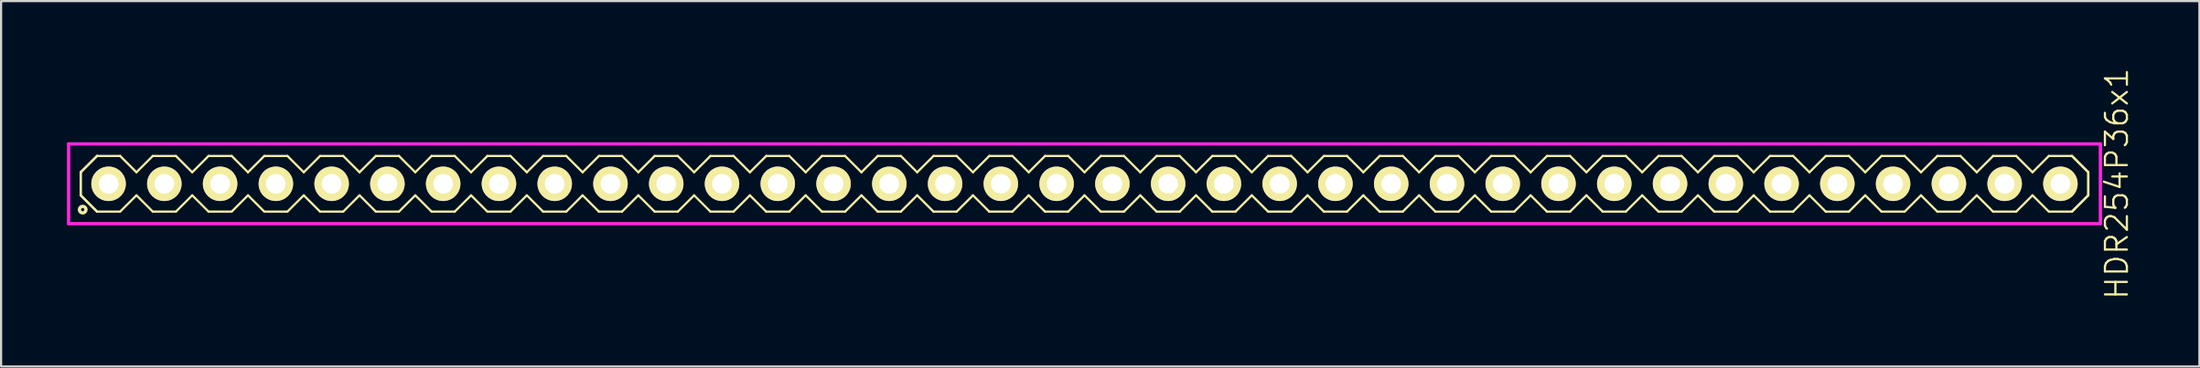
<source format=kicad_pcb>
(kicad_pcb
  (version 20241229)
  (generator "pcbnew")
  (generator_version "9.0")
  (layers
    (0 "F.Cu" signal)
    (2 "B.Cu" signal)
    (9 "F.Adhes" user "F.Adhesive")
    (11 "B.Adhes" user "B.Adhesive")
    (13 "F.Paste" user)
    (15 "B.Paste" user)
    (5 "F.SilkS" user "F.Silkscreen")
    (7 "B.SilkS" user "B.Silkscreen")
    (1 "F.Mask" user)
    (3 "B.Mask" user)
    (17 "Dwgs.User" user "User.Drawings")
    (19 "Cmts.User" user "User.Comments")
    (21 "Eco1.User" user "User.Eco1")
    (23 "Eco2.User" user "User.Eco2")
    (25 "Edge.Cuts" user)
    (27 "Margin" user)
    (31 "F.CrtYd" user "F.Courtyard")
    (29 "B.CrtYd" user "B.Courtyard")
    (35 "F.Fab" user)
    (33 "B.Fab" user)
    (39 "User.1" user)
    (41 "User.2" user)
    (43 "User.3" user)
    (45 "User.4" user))
  (footprint "HDR254P36x1"
    (layer "F.Cu")
    (at 46.345 5.336)
    (property "Reference" "HDR254P36x1" (at 47.02 0 90) (layer "F.SilkS") (effects (font (size 1 1) (thickness 0.1))))
    (attr through_hole)
    (fp_line (start -45.72 -0.526) (end -44.976 -1.27) (stroke (width 0.1) (type solid)) (layer "F.SilkS"))
    (fp_line (start -45.72 -0.526) (end -44.976 -1.27) (stroke (width 0.1) (type solid)) (layer "F.SilkS"))
    (fp_line (start -45.72 0.526) (end -45.72 -0.526) (stroke (width 0.1) (type solid)) (layer "F.SilkS"))
    (fp_line (start -45.72 0.526) (end -45.72 -0.526) (stroke (width 0.1) (type solid)) (layer "F.SilkS"))
    (fp_line (start -44.976 -1.27) (end -43.924 -1.27) (stroke (width 0.1) (type solid)) (layer "F.SilkS"))
    (fp_line (start -44.976 1.27) (end -45.72 0.526) (stroke (width 0.1) (type solid)) (layer "F.SilkS"))
    (fp_line (start -44.976 1.27) (end -45.72 0.526) (stroke (width 0.1) (type solid)) (layer "F.SilkS"))
    (fp_line (start -43.924 -1.27) (end -43.18 -0.526) (stroke (width 0.1) (type solid)) (layer "F.SilkS"))
    (fp_line (start -43.924 1.27) (end -44.976 1.27) (stroke (width 0.1) (type solid)) (layer "F.SilkS"))
    (fp_line (start -43.18 -0.526) (end -42.436 -1.27) (stroke (width 0.1) (type solid)) (layer "F.SilkS"))
    (fp_line (start -43.18 0.526) (end -43.924 1.27) (stroke (width 0.1) (type solid)) (layer "F.SilkS"))
    (fp_line (start -42.436 -1.27) (end -41.384 -1.27) (stroke (width 0.1) (type solid)) (layer "F.SilkS"))
    (fp_line (start -42.436 1.27) (end -43.18 0.526) (stroke (width 0.1) (type solid)) (layer "F.SilkS"))
    (fp_line (start -41.384 -1.27) (end -40.64 -0.526) (stroke (width 0.1) (type solid)) (layer "F.SilkS"))
    (fp_line (start -41.384 1.27) (end -42.436 1.27) (stroke (width 0.1) (type solid)) (layer "F.SilkS"))
    (fp_line (start -40.64 -0.526) (end -39.896 -1.27) (stroke (width 0.1) (type solid)) (layer "F.SilkS"))
    (fp_line (start -40.64 0.526) (end -41.384 1.27) (stroke (width 0.1) (type solid)) (layer "F.SilkS"))
    (fp_line (start -39.896 -1.27) (end -38.844 -1.27) (stroke (width 0.1) (type solid)) (layer "F.SilkS"))
    (fp_line (start -39.896 1.27) (end -40.64 0.526) (stroke (width 0.1) (type solid)) (layer "F.SilkS"))
    (fp_line (start -38.844 -1.27) (end -38.1 -0.526) (stroke (width 0.1) (type solid)) (layer "F.SilkS"))
    (fp_line (start -38.844 1.27) (end -39.896 1.27) (stroke (width 0.1) (type solid)) (layer "F.SilkS"))
    (fp_line (start -38.1 -0.526) (end -37.356 -1.27) (stroke (width 0.1) (type solid)) (layer "F.SilkS"))
    (fp_line (start -38.1 0.526) (end -38.844 1.27) (stroke (width 0.1) (type solid)) (layer "F.SilkS"))
    (fp_line (start -37.356 -1.27) (end -36.304 -1.27) (stroke (width 0.1) (type solid)) (layer "F.SilkS"))
    (fp_line (start -37.356 1.27) (end -38.1 0.526) (stroke (width 0.1) (type solid)) (layer "F.SilkS"))
    (fp_line (start -36.304 -1.27) (end -35.56 -0.526) (stroke (width 0.1) (type solid)) (layer "F.SilkS"))
    (fp_line (start -36.304 1.27) (end -37.356 1.27) (stroke (width 0.1) (type solid)) (layer "F.SilkS"))
    (fp_line (start -35.56 -0.526) (end -34.816 -1.27) (stroke (width 0.1) (type solid)) (layer "F.SilkS"))
    (fp_line (start -35.56 0.526) (end -36.304 1.27) (stroke (width 0.1) (type solid)) (layer "F.SilkS"))
    (fp_line (start -34.816 -1.27) (end -33.764 -1.27) (stroke (width 0.1) (type solid)) (layer "F.SilkS"))
    (fp_line (start -34.816 1.27) (end -35.56 0.526) (stroke (width 0.1) (type solid)) (layer "F.SilkS"))
    (fp_line (start -33.764 -1.27) (end -33.02 -0.526) (stroke (width 0.1) (type solid)) (layer "F.SilkS"))
    (fp_line (start -33.764 1.27) (end -34.816 1.27) (stroke (width 0.1) (type solid)) (layer "F.SilkS"))
    (fp_line (start -33.02 -0.526) (end -32.276 -1.27) (stroke (width 0.1) (type solid)) (layer "F.SilkS"))
    (fp_line (start -33.02 0.526) (end -33.764 1.27) (stroke (width 0.1) (type solid)) (layer "F.SilkS"))
    (fp_line (start -32.276 -1.27) (end -31.224 -1.27) (stroke (width 0.1) (type solid)) (layer "F.SilkS"))
    (fp_line (start -32.276 1.27) (end -33.02 0.526) (stroke (width 0.1) (type solid)) (layer "F.SilkS"))
    (fp_line (start -31.224 -1.27) (end -30.48 -0.526) (stroke (width 0.1) (type solid)) (layer "F.SilkS"))
    (fp_line (start -31.224 1.27) (end -32.276 1.27) (stroke (width 0.1) (type solid)) (layer "F.SilkS"))
    (fp_line (start -30.48 -0.526) (end -29.736 -1.27) (stroke (width 0.1) (type solid)) (layer "F.SilkS"))
    (fp_line (start -30.48 0.526) (end -31.224 1.27) (stroke (width 0.1) (type solid)) (layer "F.SilkS"))
    (fp_line (start -29.736 -1.27) (end -28.684 -1.27) (stroke (width 0.1) (type solid)) (layer "F.SilkS"))
    (fp_line (start -29.736 1.27) (end -30.48 0.526) (stroke (width 0.1) (type solid)) (layer "F.SilkS"))
    (fp_line (start -28.684 -1.27) (end -27.94 -0.526) (stroke (width 0.1) (type solid)) (layer "F.SilkS"))
    (fp_line (start -28.684 1.27) (end -29.736 1.27) (stroke (width 0.1) (type solid)) (layer "F.SilkS"))
    (fp_line (start -27.94 -0.526) (end -27.196 -1.27) (stroke (width 0.1) (type solid)) (layer "F.SilkS"))
    (fp_line (start -27.94 0.526) (end -28.684 1.27) (stroke (width 0.1) (type solid)) (layer "F.SilkS"))
    (fp_line (start -27.196 -1.27) (end -26.144 -1.27) (stroke (width 0.1) (type solid)) (layer "F.SilkS"))
    (fp_line (start -27.196 1.27) (end -27.94 0.526) (stroke (width 0.1) (type solid)) (layer "F.SilkS"))
    (fp_line (start -26.144 -1.27) (end -25.4 -0.526) (stroke (width 0.1) (type solid)) (layer "F.SilkS"))
    (fp_line (start -26.144 1.27) (end -27.196 1.27) (stroke (width 0.1) (type solid)) (layer "F.SilkS"))
    (fp_line (start -25.4 -0.526) (end -24.656 -1.27) (stroke (width 0.1) (type solid)) (layer "F.SilkS"))
    (fp_line (start -25.4 0.526) (end -26.144 1.27) (stroke (width 0.1) (type solid)) (layer "F.SilkS"))
    (fp_line (start -24.656 -1.27) (end -23.604 -1.27) (stroke (width 0.1) (type solid)) (layer "F.SilkS"))
    (fp_line (start -24.656 1.27) (end -25.4 0.526) (stroke (width 0.1) (type solid)) (layer "F.SilkS"))
    (fp_line (start -23.604 -1.27) (end -22.86 -0.526) (stroke (width 0.1) (type solid)) (layer "F.SilkS"))
    (fp_line (start -23.604 1.27) (end -24.656 1.27) (stroke (width 0.1) (type solid)) (layer "F.SilkS"))
    (fp_line (start -22.86 -0.526) (end -22.116 -1.27) (stroke (width 0.1) (type solid)) (layer "F.SilkS"))
    (fp_line (start -22.86 0.526) (end -23.604 1.27) (stroke (width 0.1) (type solid)) (layer "F.SilkS"))
    (fp_line (start -22.116 -1.27) (end -21.064 -1.27) (stroke (width 0.1) (type solid)) (layer "F.SilkS"))
    (fp_line (start -22.116 1.27) (end -22.86 0.526) (stroke (width 0.1) (type solid)) (layer "F.SilkS"))
    (fp_line (start -21.064 -1.27) (end -20.32 -0.526) (stroke (width 0.1) (type solid)) (layer "F.SilkS"))
    (fp_line (start -21.064 1.27) (end -22.116 1.27) (stroke (width 0.1) (type solid)) (layer "F.SilkS"))
    (fp_line (start -20.32 -0.526) (end -19.576 -1.27) (stroke (width 0.1) (type solid)) (layer "F.SilkS"))
    (fp_line (start -20.32 0.526) (end -21.064 1.27) (stroke (width 0.1) (type solid)) (layer "F.SilkS"))
    (fp_line (start -19.576 -1.27) (end -18.524 -1.27) (stroke (width 0.1) (type solid)) (layer "F.SilkS"))
    (fp_line (start -19.576 1.27) (end -20.32 0.526) (stroke (width 0.1) (type solid)) (layer "F.SilkS"))
    (fp_line (start -18.524 -1.27) (end -17.78 -0.526) (stroke (width 0.1) (type solid)) (layer "F.SilkS"))
    (fp_line (start -18.524 1.27) (end -19.576 1.27) (stroke (width 0.1) (type solid)) (layer "F.SilkS"))
    (fp_line (start -17.78 -0.526) (end -17.036 -1.27) (stroke (width 0.1) (type solid)) (layer "F.SilkS"))
    (fp_line (start -17.78 0.526) (end -18.524 1.27) (stroke (width 0.1) (type solid)) (layer "F.SilkS"))
    (fp_line (start -17.036 -1.27) (end -15.984 -1.27) (stroke (width 0.1) (type solid)) (layer "F.SilkS"))
    (fp_line (start -17.036 1.27) (end -17.78 0.526) (stroke (width 0.1) (type solid)) (layer "F.SilkS"))
    (fp_line (start -15.984 -1.27) (end -15.24 -0.526) (stroke (width 0.1) (type solid)) (layer "F.SilkS"))
    (fp_line (start -15.984 1.27) (end -17.036 1.27) (stroke (width 0.1) (type solid)) (layer "F.SilkS"))
    (fp_line (start -15.24 -0.526) (end -14.496 -1.27) (stroke (width 0.1) (type solid)) (layer "F.SilkS"))
    (fp_line (start -15.24 0.526) (end -15.984 1.27) (stroke (width 0.1) (type solid)) (layer "F.SilkS"))
    (fp_line (start -14.496 -1.27) (end -13.444 -1.27) (stroke (width 0.1) (type solid)) (layer "F.SilkS"))
    (fp_line (start -14.496 1.27) (end -15.24 0.526) (stroke (width 0.1) (type solid)) (layer "F.SilkS"))
    (fp_line (start -13.444 -1.27) (end -12.7 -0.526) (stroke (width 0.1) (type solid)) (layer "F.SilkS"))
    (fp_line (start -13.444 1.27) (end -14.496 1.27) (stroke (width 0.1) (type solid)) (layer "F.SilkS"))
    (fp_line (start -12.7 -0.526) (end -11.956 -1.27) (stroke (width 0.1) (type solid)) (layer "F.SilkS"))
    (fp_line (start -12.7 0.526) (end -13.444 1.27) (stroke (width 0.1) (type solid)) (layer "F.SilkS"))
    (fp_line (start -11.956 -1.27) (end -10.904 -1.27) (stroke (width 0.1) (type solid)) (layer "F.SilkS"))
    (fp_line (start -11.956 1.27) (end -12.7 0.526) (stroke (width 0.1) (type solid)) (layer "F.SilkS"))
    (fp_line (start -10.904 -1.27) (end -10.16 -0.526) (stroke (width 0.1) (type solid)) (layer "F.SilkS"))
    (fp_line (start -10.904 1.27) (end -11.956 1.27) (stroke (width 0.1) (type solid)) (layer "F.SilkS"))
    (fp_line (start -10.16 -0.526) (end -9.416 -1.27) (stroke (width 0.1) (type solid)) (layer "F.SilkS"))
    (fp_line (start -10.16 0.526) (end -10.904 1.27) (stroke (width 0.1) (type solid)) (layer "F.SilkS"))
    (fp_line (start -9.416 -1.27) (end -8.364 -1.27) (stroke (width 0.1) (type solid)) (layer "F.SilkS"))
    (fp_line (start -9.416 1.27) (end -10.16 0.526) (stroke (width 0.1) (type solid)) (layer "F.SilkS"))
    (fp_line (start -8.364 -1.27) (end -7.62 -0.526) (stroke (width 0.1) (type solid)) (layer "F.SilkS"))
    (fp_line (start -8.364 1.27) (end -9.416 1.27) (stroke (width 0.1) (type solid)) (layer "F.SilkS"))
    (fp_line (start -7.62 -0.526) (end -6.876 -1.27) (stroke (width 0.1) (type solid)) (layer "F.SilkS"))
    (fp_line (start -7.62 0.526) (end -8.364 1.27) (stroke (width 0.1) (type solid)) (layer "F.SilkS"))
    (fp_line (start -6.876 -1.27) (end -5.824 -1.27) (stroke (width 0.1) (type solid)) (layer "F.SilkS"))
    (fp_line (start -6.876 1.27) (end -7.62 0.526) (stroke (width 0.1) (type solid)) (layer "F.SilkS"))
    (fp_line (start -5.824 -1.27) (end -5.08 -0.526) (stroke (width 0.1) (type solid)) (layer "F.SilkS"))
    (fp_line (start -5.824 1.27) (end -6.876 1.27) (stroke (width 0.1) (type solid)) (layer "F.SilkS"))
    (fp_line (start -5.08 -0.526) (end -4.336 -1.27) (stroke (width 0.1) (type solid)) (layer "F.SilkS"))
    (fp_line (start -5.08 0.526) (end -5.824 1.27) (stroke (width 0.1) (type solid)) (layer "F.SilkS"))
    (fp_line (start -4.336 -1.27) (end -3.284 -1.27) (stroke (width 0.1) (type solid)) (layer "F.SilkS"))
    (fp_line (start -4.336 1.27) (end -5.08 0.526) (stroke (width 0.1) (type solid)) (layer "F.SilkS"))
    (fp_line (start -3.284 -1.27) (end -2.54 -0.526) (stroke (width 0.1) (type solid)) (layer "F.SilkS"))
    (fp_line (start -3.284 1.27) (end -4.336 1.27) (stroke (width 0.1) (type solid)) (layer "F.SilkS"))
    (fp_line (start -2.54 -0.526) (end -1.796 -1.27) (stroke (width 0.1) (type solid)) (layer "F.SilkS"))
    (fp_line (start -2.54 0.526) (end -3.284 1.27) (stroke (width 0.1) (type solid)) (layer "F.SilkS"))
    (fp_line (start -1.796 -1.27) (end -0.744 -1.27) (stroke (width 0.1) (type solid)) (layer "F.SilkS"))
    (fp_line (start -1.796 1.27) (end -2.54 0.526) (stroke (width 0.1) (type solid)) (layer "F.SilkS"))
    (fp_line (start -0.744 -1.27) (end 0 -0.526) (stroke (width 0.1) (type solid)) (layer "F.SilkS"))
    (fp_line (start -0.744 1.27) (end -1.796 1.27) (stroke (width 0.1) (type solid)) (layer "F.SilkS"))
    (fp_line (start 0 -0.526) (end 0.744 -1.27) (stroke (width 0.1) (type solid)) (layer "F.SilkS"))
    (fp_line (start 0 0.526) (end -0.744 1.27) (stroke (width 0.1) (type solid)) (layer "F.SilkS"))
    (fp_line (start 0.744 -1.27) (end 1.796 -1.27) (stroke (width 0.1) (type solid)) (layer "F.SilkS"))
    (fp_line (start 0.744 1.27) (end 0 0.526) (stroke (width 0.1) (type solid)) (layer "F.SilkS"))
    (fp_line (start 1.796 -1.27) (end 2.54 -0.526) (stroke (width 0.1) (type solid)) (layer "F.SilkS"))
    (fp_line (start 1.796 1.27) (end 0.744 1.27) (stroke (width 0.1) (type solid)) (layer "F.SilkS"))
    (fp_line (start 2.54 -0.526) (end 3.284 -1.27) (stroke (width 0.1) (type solid)) (layer "F.SilkS"))
    (fp_line (start 2.54 0.526) (end 1.796 1.27) (stroke (width 0.1) (type solid)) (layer "F.SilkS"))
    (fp_line (start 3.284 -1.27) (end 4.336 -1.27) (stroke (width 0.1) (type solid)) (layer "F.SilkS"))
    (fp_line (start 3.284 1.27) (end 2.54 0.526) (stroke (width 0.1) (type solid)) (layer "F.SilkS"))
    (fp_line (start 4.336 -1.27) (end 5.08 -0.526) (stroke (width 0.1) (type solid)) (layer "F.SilkS"))
    (fp_line (start 4.336 1.27) (end 3.284 1.27) (stroke (width 0.1) (type solid)) (layer "F.SilkS"))
    (fp_line (start 5.08 -0.526) (end 5.824 -1.27) (stroke (width 0.1) (type solid)) (layer "F.SilkS"))
    (fp_line (start 5.08 0.526) (end 4.336 1.27) (stroke (width 0.1) (type solid)) (layer "F.SilkS"))
    (fp_line (start 5.824 -1.27) (end 6.876 -1.27) (stroke (width 0.1) (type solid)) (layer "F.SilkS"))
    (fp_line (start 5.824 1.27) (end 5.08 0.526) (stroke (width 0.1) (type solid)) (layer "F.SilkS"))
    (fp_line (start 6.876 -1.27) (end 7.62 -0.526) (stroke (width 0.1) (type solid)) (layer "F.SilkS"))
    (fp_line (start 6.876 1.27) (end 5.824 1.27) (stroke (width 0.1) (type solid)) (layer "F.SilkS"))
    (fp_line (start 7.62 -0.526) (end 8.364 -1.27) (stroke (width 0.1) (type solid)) (layer "F.SilkS"))
    (fp_line (start 7.62 0.526) (end 6.876 1.27) (stroke (width 0.1) (type solid)) (layer "F.SilkS"))
    (fp_line (start 8.364 -1.27) (end 9.416 -1.27) (stroke (width 0.1) (type solid)) (layer "F.SilkS"))
    (fp_line (start 8.364 1.27) (end 7.62 0.526) (stroke (width 0.1) (type solid)) (layer "F.SilkS"))
    (fp_line (start 9.416 -1.27) (end 10.16 -0.526) (stroke (width 0.1) (type solid)) (layer "F.SilkS"))
    (fp_line (start 9.416 1.27) (end 8.364 1.27) (stroke (width 0.1) (type solid)) (layer "F.SilkS"))
    (fp_line (start 10.16 -0.526) (end 10.904 -1.27) (stroke (width 0.1) (type solid)) (layer "F.SilkS"))
    (fp_line (start 10.16 0.526) (end 9.416 1.27) (stroke (width 0.1) (type solid)) (layer "F.SilkS"))
    (fp_line (start 10.904 -1.27) (end 11.956 -1.27) (stroke (width 0.1) (type solid)) (layer "F.SilkS"))
    (fp_line (start 10.904 1.27) (end 10.16 0.526) (stroke (width 0.1) (type solid)) (layer "F.SilkS"))
    (fp_line (start 11.956 -1.27) (end 12.7 -0.526) (stroke (width 0.1) (type solid)) (layer "F.SilkS"))
    (fp_line (start 11.956 1.27) (end 10.904 1.27) (stroke (width 0.1) (type solid)) (layer "F.SilkS"))
    (fp_line (start 12.7 -0.526) (end 13.444 -1.27) (stroke (width 0.1) (type solid)) (layer "F.SilkS"))
    (fp_line (start 12.7 0.526) (end 11.956 1.27) (stroke (width 0.1) (type solid)) (layer "F.SilkS"))
    (fp_line (start 13.444 -1.27) (end 14.496 -1.27) (stroke (width 0.1) (type solid)) (layer "F.SilkS"))
    (fp_line (start 13.444 1.27) (end 12.7 0.526) (stroke (width 0.1) (type solid)) (layer "F.SilkS"))
    (fp_line (start 14.496 -1.27) (end 15.24 -0.526) (stroke (width 0.1) (type solid)) (layer "F.SilkS"))
    (fp_line (start 14.496 1.27) (end 13.444 1.27) (stroke (width 0.1) (type solid)) (layer "F.SilkS"))
    (fp_line (start 15.24 -0.526) (end 15.984 -1.27) (stroke (width 0.1) (type solid)) (layer "F.SilkS"))
    (fp_line (start 15.24 0.526) (end 14.496 1.27) (stroke (width 0.1) (type solid)) (layer "F.SilkS"))
    (fp_line (start 15.984 -1.27) (end 17.036 -1.27) (stroke (width 0.1) (type solid)) (layer "F.SilkS"))
    (fp_line (start 15.984 1.27) (end 15.24 0.526) (stroke (width 0.1) (type solid)) (layer "F.SilkS"))
    (fp_line (start 17.036 -1.27) (end 17.78 -0.526) (stroke (width 0.1) (type solid)) (layer "F.SilkS"))
    (fp_line (start 17.036 1.27) (end 15.984 1.27) (stroke (width 0.1) (type solid)) (layer "F.SilkS"))
    (fp_line (start 17.78 -0.526) (end 18.524 -1.27) (stroke (width 0.1) (type solid)) (layer "F.SilkS"))
    (fp_line (start 17.78 0.526) (end 17.036 1.27) (stroke (width 0.1) (type solid)) (layer "F.SilkS"))
    (fp_line (start 18.524 -1.27) (end 19.576 -1.27) (stroke (width 0.1) (type solid)) (layer "F.SilkS"))
    (fp_line (start 18.524 1.27) (end 17.78 0.526) (stroke (width 0.1) (type solid)) (layer "F.SilkS"))
    (fp_line (start 19.576 -1.27) (end 20.32 -0.526) (stroke (width 0.1) (type solid)) (layer "F.SilkS"))
    (fp_line (start 19.576 1.27) (end 18.524 1.27) (stroke (width 0.1) (type solid)) (layer "F.SilkS"))
    (fp_line (start 20.32 -0.526) (end 21.064 -1.27) (stroke (width 0.1) (type solid)) (layer "F.SilkS"))
    (fp_line (start 20.32 0.526) (end 19.576 1.27) (stroke (width 0.1) (type solid)) (layer "F.SilkS"))
    (fp_line (start 21.064 -1.27) (end 22.116 -1.27) (stroke (width 0.1) (type solid)) (layer "F.SilkS"))
    (fp_line (start 21.064 1.27) (end 20.32 0.526) (stroke (width 0.1) (type solid)) (layer "F.SilkS"))
    (fp_line (start 22.116 -1.27) (end 22.86 -0.526) (stroke (width 0.1) (type solid)) (layer "F.SilkS"))
    (fp_line (start 22.116 1.27) (end 21.064 1.27) (stroke (width 0.1) (type solid)) (layer "F.SilkS"))
    (fp_line (start 22.86 -0.526) (end 23.604 -1.27) (stroke (width 0.1) (type solid)) (layer "F.SilkS"))
    (fp_line (start 22.86 0.526) (end 22.116 1.27) (stroke (width 0.1) (type solid)) (layer "F.SilkS"))
    (fp_line (start 23.604 -1.27) (end 24.656 -1.27) (stroke (width 0.1) (type solid)) (layer "F.SilkS"))
    (fp_line (start 23.604 1.27) (end 22.86 0.526) (stroke (width 0.1) (type solid)) (layer "F.SilkS"))
    (fp_line (start 24.656 -1.27) (end 25.4 -0.526) (stroke (width 0.1) (type solid)) (layer "F.SilkS"))
    (fp_line (start 24.656 1.27) (end 23.604 1.27) (stroke (width 0.1) (type solid)) (layer "F.SilkS"))
    (fp_line (start 25.4 -0.526) (end 26.144 -1.27) (stroke (width 0.1) (type solid)) (layer "F.SilkS"))
    (fp_line (start 25.4 0.526) (end 24.656 1.27) (stroke (width 0.1) (type solid)) (layer "F.SilkS"))
    (fp_line (start 26.144 -1.27) (end 27.196 -1.27) (stroke (width 0.1) (type solid)) (layer "F.SilkS"))
    (fp_line (start 26.144 1.27) (end 25.4 0.526) (stroke (width 0.1) (type solid)) (layer "F.SilkS"))
    (fp_line (start 27.196 -1.27) (end 27.94 -0.526) (stroke (width 0.1) (type solid)) (layer "F.SilkS"))
    (fp_line (start 27.196 1.27) (end 26.144 1.27) (stroke (width 0.1) (type solid)) (layer "F.SilkS"))
    (fp_line (start 27.94 -0.526) (end 28.684 -1.27) (stroke (width 0.1) (type solid)) (layer "F.SilkS"))
    (fp_line (start 27.94 0.526) (end 27.196 1.27) (stroke (width 0.1) (type solid)) (layer "F.SilkS"))
    (fp_line (start 28.684 -1.27) (end 29.736 -1.27) (stroke (width 0.1) (type solid)) (layer "F.SilkS"))
    (fp_line (start 28.684 1.27) (end 27.94 0.526) (stroke (width 0.1) (type solid)) (layer "F.SilkS"))
    (fp_line (start 29.736 -1.27) (end 30.48 -0.526) (stroke (width 0.1) (type solid)) (layer "F.SilkS"))
    (fp_line (start 29.736 1.27) (end 28.684 1.27) (stroke (width 0.1) (type solid)) (layer "F.SilkS"))
    (fp_line (start 30.48 -0.526) (end 31.224 -1.27) (stroke (width 0.1) (type solid)) (layer "F.SilkS"))
    (fp_line (start 30.48 0.526) (end 29.736 1.27) (stroke (width 0.1) (type solid)) (layer "F.SilkS"))
    (fp_line (start 31.224 -1.27) (end 32.276 -1.27) (stroke (width 0.1) (type solid)) (layer "F.SilkS"))
    (fp_line (start 31.224 1.27) (end 30.48 0.526) (stroke (width 0.1) (type solid)) (layer "F.SilkS"))
    (fp_line (start 32.276 -1.27) (end 33.02 -0.526) (stroke (width 0.1) (type solid)) (layer "F.SilkS"))
    (fp_line (start 32.276 1.27) (end 31.224 1.27) (stroke (width 0.1) (type solid)) (layer "F.SilkS"))
    (fp_line (start 33.02 -0.526) (end 33.764 -1.27) (stroke (width 0.1) (type solid)) (layer "F.SilkS"))
    (fp_line (start 33.02 0.526) (end 32.276 1.27) (stroke (width 0.1) (type solid)) (layer "F.SilkS"))
    (fp_line (start 33.764 -1.27) (end 34.816 -1.27) (stroke (width 0.1) (type solid)) (layer "F.SilkS"))
    (fp_line (start 33.764 1.27) (end 33.02 0.526) (stroke (width 0.1) (type solid)) (layer "F.SilkS"))
    (fp_line (start 34.816 -1.27) (end 35.56 -0.526) (stroke (width 0.1) (type solid)) (layer "F.SilkS"))
    (fp_line (start 34.816 1.27) (end 33.764 1.27) (stroke (width 0.1) (type solid)) (layer "F.SilkS"))
    (fp_line (start 35.56 -0.526) (end 36.304 -1.27) (stroke (width 0.1) (type solid)) (layer "F.SilkS"))
    (fp_line (start 35.56 0.526) (end 34.816 1.27) (stroke (width 0.1) (type solid)) (layer "F.SilkS"))
    (fp_line (start 36.304 -1.27) (end 37.356 -1.27) (stroke (width 0.1) (type solid)) (layer "F.SilkS"))
    (fp_line (start 36.304 1.27) (end 35.56 0.526) (stroke (width 0.1) (type solid)) (layer "F.SilkS"))
    (fp_line (start 37.356 -1.27) (end 38.1 -0.526) (stroke (width 0.1) (type solid)) (layer "F.SilkS"))
    (fp_line (start 37.356 1.27) (end 36.304 1.27) (stroke (width 0.1) (type solid)) (layer "F.SilkS"))
    (fp_line (start 38.1 -0.526) (end 38.844 -1.27) (stroke (width 0.1) (type solid)) (layer "F.SilkS"))
    (fp_line (start 38.1 0.526) (end 37.356 1.27) (stroke (width 0.1) (type solid)) (layer "F.SilkS"))
    (fp_line (start 38.844 -1.27) (end 39.896 -1.27) (stroke (width 0.1) (type solid)) (layer "F.SilkS"))
    (fp_line (start 38.844 1.27) (end 38.1 0.526) (stroke (width 0.1) (type solid)) (layer "F.SilkS"))
    (fp_line (start 39.896 -1.27) (end 40.64 -0.526) (stroke (width 0.1) (type solid)) (layer "F.SilkS"))
    (fp_line (start 39.896 1.27) (end 38.844 1.27) (stroke (width 0.1) (type solid)) (layer "F.SilkS"))
    (fp_line (start 40.64 -0.526) (end 41.384 -1.27) (stroke (width 0.1) (type solid)) (layer "F.SilkS"))
    (fp_line (start 40.64 0.526) (end 39.896 1.27) (stroke (width 0.1) (type solid)) (layer "F.SilkS"))
    (fp_line (start 41.384 -1.27) (end 42.436 -1.27) (stroke (width 0.1) (type solid)) (layer "F.SilkS"))
    (fp_line (start 41.384 1.27) (end 40.64 0.526) (stroke (width 0.1) (type solid)) (layer "F.SilkS"))
    (fp_line (start 42.436 -1.27) (end 43.18 -0.526) (stroke (width 0.1) (type solid)) (layer "F.SilkS"))
    (fp_line (start 42.436 1.27) (end 41.384 1.27) (stroke (width 0.1) (type solid)) (layer "F.SilkS"))
    (fp_line (start 43.18 -0.526) (end 43.924 -1.27) (stroke (width 0.1) (type solid)) (layer "F.SilkS"))
    (fp_line (start 43.18 0.526) (end 42.436 1.27) (stroke (width 0.1) (type solid)) (layer "F.SilkS"))
    (fp_line (start 43.924 -1.27) (end 44.976 -1.27) (stroke (width 0.1) (type solid)) (layer "F.SilkS"))
    (fp_line (start 43.924 1.27) (end 43.18 0.526) (stroke (width 0.1) (type solid)) (layer "F.SilkS"))
    (fp_line (start 44.976 -1.27) (end 45.72 -0.526) (stroke (width 0.1) (type solid)) (layer "F.SilkS"))
    (fp_line (start 44.976 -1.27) (end 45.72 -0.526) (stroke (width 0.1) (type solid)) (layer "F.SilkS"))
    (fp_line (start 44.976 1.27) (end 43.924 1.27) (stroke (width 0.1) (type solid)) (layer "F.SilkS"))
    (fp_line (start 45.72 -0.526) (end 45.72 0.526) (stroke (width 0.1) (type solid)) (layer "F.SilkS"))
    (fp_line (start 45.72 -0.526) (end 45.72 0.526) (stroke (width 0.1) (type solid)) (layer "F.SilkS"))
    (fp_line (start 45.72 0.526) (end 44.976 1.27) (stroke (width 0.1) (type solid)) (layer "F.SilkS"))
    (fp_line (start 45.72 0.526) (end 44.976 1.27) (stroke (width 0.1) (type solid)) (layer "F.SilkS"))
    (fp_circle (center -45.628 1.178) (end -45.478 1.178) (stroke (width 0.15) (type solid)) (fill no) (layer "F.SilkS"))
    (fp_line (start -46.27 -1.82) (end -46.27 1.82) (stroke (width 0.15) (type solid)) (layer "F.CrtYd"))
    (fp_line (start -46.27 1.82) (end 46.27 1.82) (stroke (width 0.15) (type solid)) (layer "F.CrtYd"))
    (fp_line (start 46.27 -1.82) (end -46.27 -1.82) (stroke (width 0.15) (type solid)) (layer "F.CrtYd"))
    (fp_line (start 46.27 1.82) (end 46.27 -1.82) (stroke (width 0.15) (type solid)) (layer "F.CrtYd"))
    (pad "1" thru_hole oval (at -44.45 0) (size 1.57 1.57) (drill 0.9) (layers "*.Cu" "*.Mask" "F.SilkS"))
    (pad "2" thru_hole oval (at -41.91 0) (size 1.57 1.57) (drill 0.9) (layers "*.Cu" "*.Mask" "F.SilkS"))
    (pad "3" thru_hole oval (at -39.37 0) (size 1.57 1.57) (drill 0.9) (layers "*.Cu" "*.Mask" "F.SilkS"))
    (pad "4" thru_hole oval (at -36.83 0) (size 1.57 1.57) (drill 0.9) (layers "*.Cu" "*.Mask" "F.SilkS"))
    (pad "5" thru_hole oval (at -34.29 0) (size 1.57 1.57) (drill 0.9) (layers "*.Cu" "*.Mask" "F.SilkS"))
    (pad "6" thru_hole oval (at -31.75 0) (size 1.57 1.57) (drill 0.9) (layers "*.Cu" "*.Mask" "F.SilkS"))
    (pad "7" thru_hole oval (at -29.21 0) (size 1.57 1.57) (drill 0.9) (layers "*.Cu" "*.Mask" "F.SilkS"))
    (pad "8" thru_hole oval (at -26.67 0) (size 1.57 1.57) (drill 0.9) (layers "*.Cu" "*.Mask" "F.SilkS"))
    (pad "9" thru_hole oval (at -24.13 0) (size 1.57 1.57) (drill 0.9) (layers "*.Cu" "*.Mask" "F.SilkS"))
    (pad "10" thru_hole oval (at -21.59 0) (size 1.57 1.57) (drill 0.9) (layers "*.Cu" "*.Mask" "F.SilkS"))
    (pad "11" thru_hole oval (at -19.05 0) (size 1.57 1.57) (drill 0.9) (layers "*.Cu" "*.Mask" "F.SilkS"))
    (pad "12" thru_hole oval (at -16.51 0) (size 1.57 1.57) (drill 0.9) (layers "*.Cu" "*.Mask" "F.SilkS"))
    (pad "13" thru_hole oval (at -13.97 0) (size 1.57 1.57) (drill 0.9) (layers "*.Cu" "*.Mask" "F.SilkS"))
    (pad "14" thru_hole oval (at -11.43 0) (size 1.57 1.57) (drill 0.9) (layers "*.Cu" "*.Mask" "F.SilkS"))
    (pad "15" thru_hole oval (at -8.89 0) (size 1.57 1.57) (drill 0.9) (layers "*.Cu" "*.Mask" "F.SilkS"))
    (pad "16" thru_hole oval (at -6.35 0) (size 1.57 1.57) (drill 0.9) (layers "*.Cu" "*.Mask" "F.SilkS"))
    (pad "17" thru_hole oval (at -3.81 0) (size 1.57 1.57) (drill 0.9) (layers "*.Cu" "*.Mask" "F.SilkS"))
    (pad "18" thru_hole oval (at -1.27 0) (size 1.57 1.57) (drill 0.9) (layers "*.Cu" "*.Mask" "F.SilkS"))
    (pad "19" thru_hole oval (at 1.27 0) (size 1.57 1.57) (drill 0.9) (layers "*.Cu" "*.Mask" "F.SilkS"))
    (pad "20" thru_hole oval (at 3.81 0) (size 1.57 1.57) (drill 0.9) (layers "*.Cu" "*.Mask" "F.SilkS"))
    (pad "21" thru_hole oval (at 6.35 0) (size 1.57 1.57) (drill 0.9) (layers "*.Cu" "*.Mask" "F.SilkS"))
    (pad "22" thru_hole oval (at 8.89 0) (size 1.57 1.57) (drill 0.9) (layers "*.Cu" "*.Mask" "F.SilkS"))
    (pad "23" thru_hole oval (at 11.43 0) (size 1.57 1.57) (drill 0.9) (layers "*.Cu" "*.Mask" "F.SilkS"))
    (pad "24" thru_hole oval (at 13.97 0) (size 1.57 1.57) (drill 0.9) (layers "*.Cu" "*.Mask" "F.SilkS"))
    (pad "25" thru_hole oval (at 16.51 0) (size 1.57 1.57) (drill 0.9) (layers "*.Cu" "*.Mask" "F.SilkS"))
    (pad "26" thru_hole oval (at 19.05 0) (size 1.57 1.57) (drill 0.9) (layers "*.Cu" "*.Mask" "F.SilkS"))
    (pad "27" thru_hole oval (at 21.59 0) (size 1.57 1.57) (drill 0.9) (layers "*.Cu" "*.Mask" "F.SilkS"))
    (pad "28" thru_hole oval (at 24.13 0) (size 1.57 1.57) (drill 0.9) (layers "*.Cu" "*.Mask" "F.SilkS"))
    (pad "29" thru_hole oval (at 26.67 0) (size 1.57 1.57) (drill 0.9) (layers "*.Cu" "*.Mask" "F.SilkS"))
    (pad "30" thru_hole oval (at 29.21 0) (size 1.57 1.57) (drill 0.9) (layers "*.Cu" "*.Mask" "F.SilkS"))
    (pad "31" thru_hole oval (at 31.75 0) (size 1.57 1.57) (drill 0.9) (layers "*.Cu" "*.Mask" "F.SilkS"))
    (pad "32" thru_hole oval (at 34.29 0) (size 1.57 1.57) (drill 0.9) (layers "*.Cu" "*.Mask" "F.SilkS"))
    (pad "33" thru_hole oval (at 36.83 0) (size 1.57 1.57) (drill 0.9) (layers "*.Cu" "*.Mask" "F.SilkS"))
    (pad "34" thru_hole oval (at 39.37 0) (size 1.57 1.57) (drill 0.9) (layers "*.Cu" "*.Mask" "F.SilkS"))
    (pad "35" thru_hole oval (at 41.91 0) (size 1.57 1.57) (drill 0.9) (layers "*.Cu" "*.Mask" "F.SilkS"))
    (pad "36" thru_hole oval (at 44.45 0) (size 1.57 1.57) (drill 0.9) (layers "*.Cu" "*.Mask" "F.SilkS")))
  (gr_rect
    (start -3 -3)
    (end 97.126 13.671)
    (stroke (width 0.1) (type default))
    (fill no)
    (layer "Edge.Cuts")))
</source>
